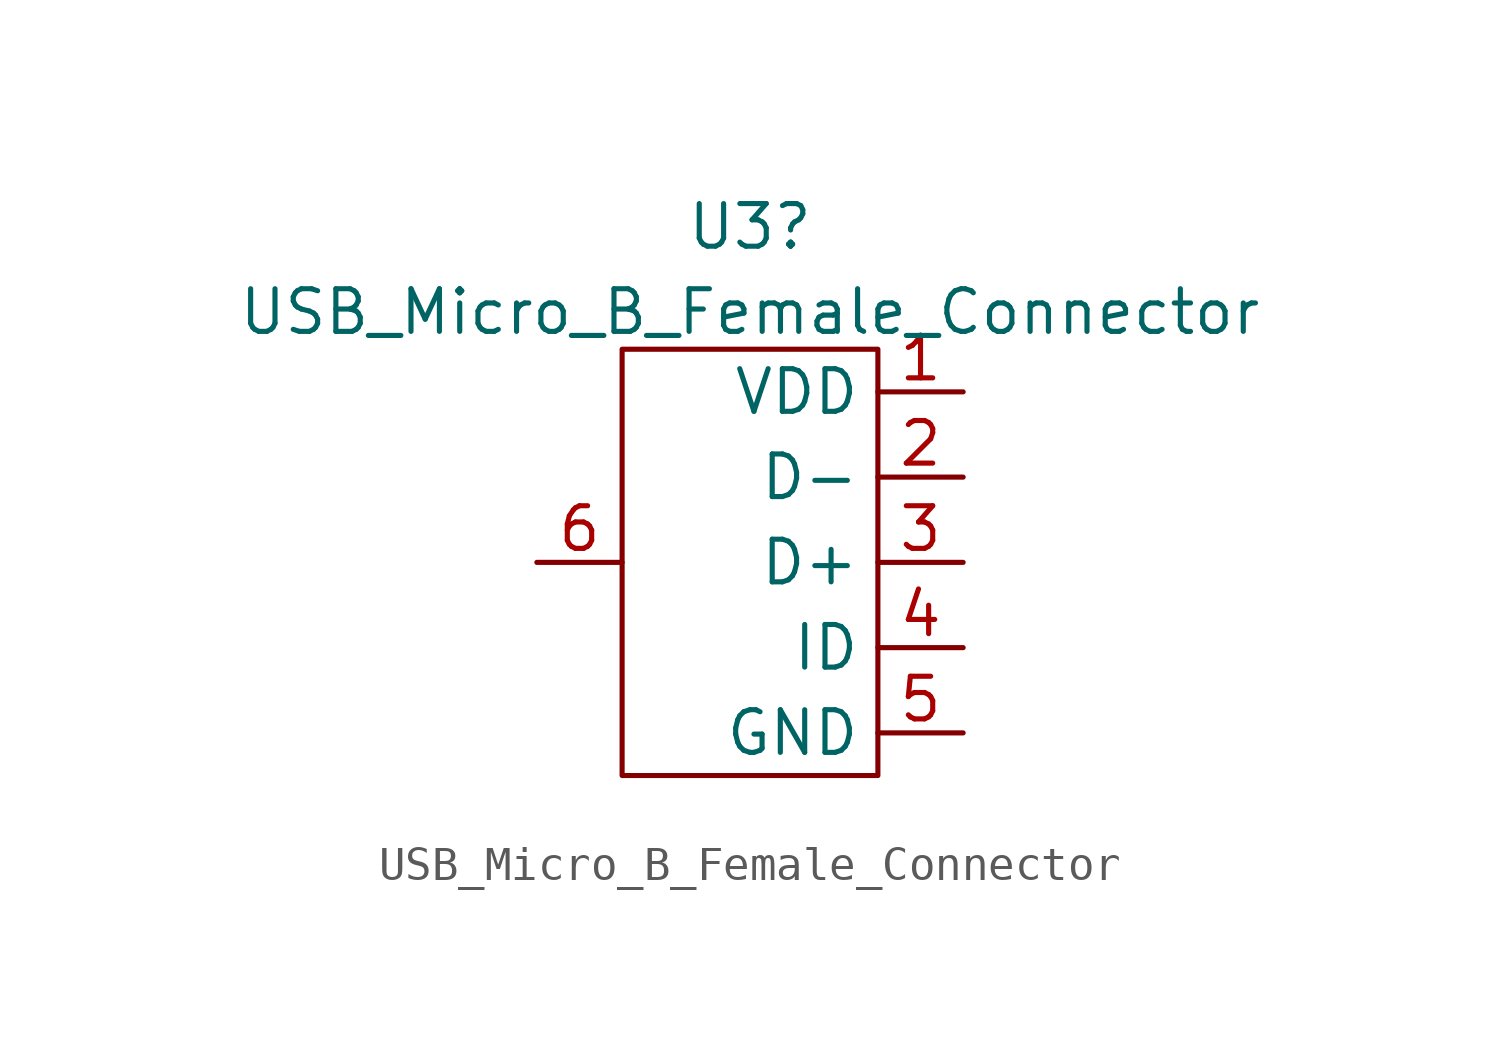
<source format=kicad_sym>
(kicad_symbol_lib
  (version 20211014)
  (generator kicad_symbol_editor)
  (symbol "USB_Micro_B_Female_Connector"
    (property "Reference" "U3"
      (at 1.27 9.999 0)
      (effects (font (size 1.27 1.27))))
    (property "Value" "USB_Micro_B_Female_Connector"
      (at 1.27 7.462 0)
      (effects (font (size 1.27 1.27))))
    (symbol "USB_Micro_B_Female_Connector_0_1"
      (rectangle (start 5.08 6.35) (end -2.54 -6.35) (stroke (width 0.152) (type default) (color 0 0 0 0)) (fill (type none))))
    (symbol "USB_Micro_B_Female_Connector_1_1"
      (pin power_out line (at 7.62 5.08 180) (length 2.54) (name "VDD" (effects (font (size 1.27 1.27)))) (number "1" (effects (font (size 1.27 1.27)))))
      (pin input line (at 7.62 2.54 180) (length 2.54) (name "D-" (effects (font (size 1.27 1.27)))) (number "2" (effects (font (size 1.27 1.27)))))
      (pin input line (at 7.62 0 180) (length 2.54) (name "D+" (effects (font (size 1.27 1.27)))) (number "3" (effects (font (size 1.27 1.27)))))
      (pin passive line (at 7.62 -2.54 180) (length 2.54) (name "ID" (effects (font (size 1.27 1.27)))) (number "4" (effects (font (size 1.27 1.27)))))
      (pin power_out line (at 7.62 -5.08 180) (length 2.54) (name "GND" (effects (font (size 1.27 1.27)))) (number "5" (effects (font (size 1.27 1.27)))))
      (pin passive line (at -5.08 0 0) (length 2.54) (name "" (effects (font (size 1.27 1.27)))) (number "6" (effects (font (size 1.27 1.27))))))))
</source>
